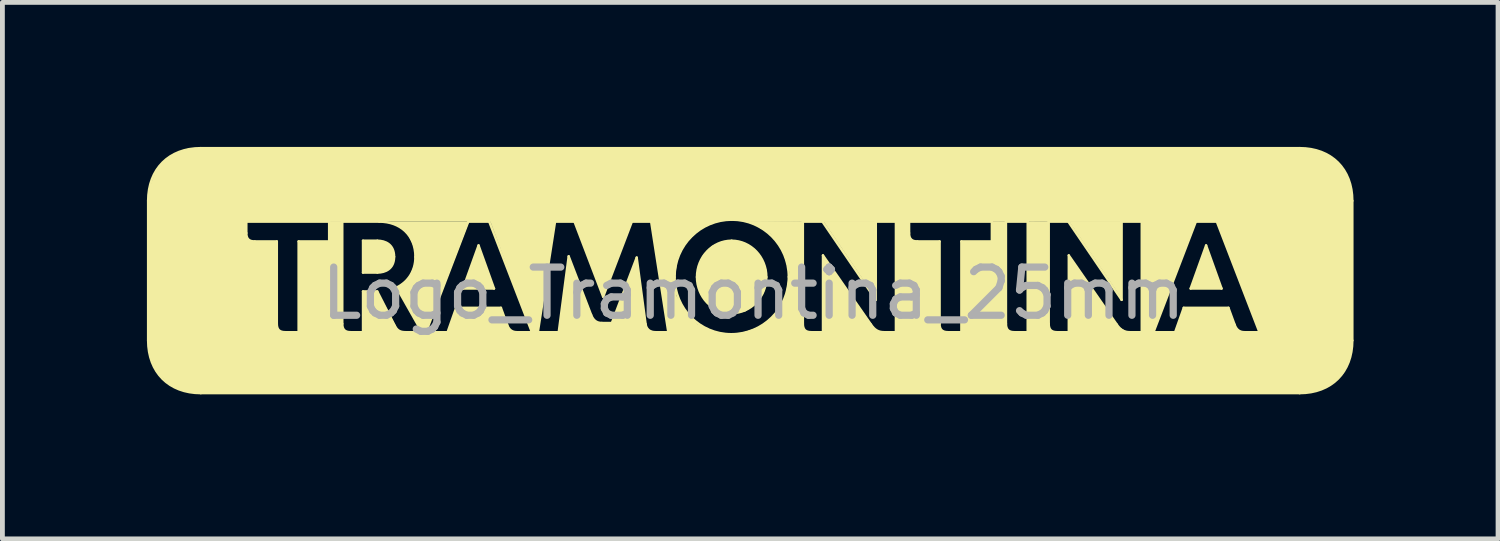
<source format=kicad_pcb>
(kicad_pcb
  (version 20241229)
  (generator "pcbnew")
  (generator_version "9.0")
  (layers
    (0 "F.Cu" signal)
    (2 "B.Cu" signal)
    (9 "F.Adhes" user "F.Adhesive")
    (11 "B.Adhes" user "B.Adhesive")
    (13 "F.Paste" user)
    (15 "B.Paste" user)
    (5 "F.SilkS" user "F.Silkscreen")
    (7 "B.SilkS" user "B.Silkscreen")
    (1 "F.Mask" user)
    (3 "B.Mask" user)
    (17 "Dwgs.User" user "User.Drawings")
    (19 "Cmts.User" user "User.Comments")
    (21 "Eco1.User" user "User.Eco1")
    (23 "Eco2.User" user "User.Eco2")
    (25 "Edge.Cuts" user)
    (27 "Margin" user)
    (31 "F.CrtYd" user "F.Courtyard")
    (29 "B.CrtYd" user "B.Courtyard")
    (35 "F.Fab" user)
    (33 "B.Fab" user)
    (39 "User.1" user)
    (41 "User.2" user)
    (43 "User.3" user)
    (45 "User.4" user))
  (footprint "Logo_Tramontina_25mm"
    (layer "F.Cu")
    (at 12.592 2.54)
    (property "Reference" "Logo_Tramontina_25mm" (at 0 0.5 0) (layer "F.Fab") (effects (font (size 1 1) (thickness 0.15))))
    (attr through_hole)
    (fp_poly (pts (xy -5.39 0.39) (xy -6.02 0.39) (xy -5.71 -0.48)) (stroke (width 0.01) (type solid)) (fill yes) (layer "F.SilkS"))
    (fp_poly (pts (xy -3.12 0.55) (xy -3.72 -1.02) (xy -2.51 -1.02)) (stroke (width 0.01) (type solid)) (fill yes) (layer "F.SilkS"))
    (fp_poly (pts (xy 2.55 -1) (xy 2.54 0.6) (xy 1.45 -1)) (stroke (width 0.01) (type solid)) (fill yes) (layer "F.SilkS"))
    (fp_poly (pts (xy 7.65 -1) (xy 7.64 0.6) (xy 6.55 -1)) (stroke (width 0.01) (type solid)) (fill yes) (layer "F.SilkS"))
    (fp_poly (pts (xy 9.71 0.4) (xy 9.08 0.4) (xy 9.39 -0.47)) (stroke (width 0.01) (type solid)) (fill yes) (layer "F.SilkS"))
    (fp_poly (pts (xy -7.59 -0.54) (xy -7.48 -0.41) (xy -7.46 -0.23) (xy -7.5 -0.07) (xy -7.65 0.05) (xy -7.76 0.06) (xy -8.1 0.06) (xy -8.1 -0.59) (xy -7.73 -0.59)) (stroke (width 0.01) (type solid)) (fill yes) (layer "F.SilkS"))
    (fp_poly (pts (xy 9.8 -1) (xy -0.08 -0.99) (xy -0.447 -1.029) (xy -0.8 -1) (xy -10.6 -1) (xy -10.6 -1.3) (xy -12.57 -1.3) (xy -12.54 -1.7) (xy 9.8 -1.7)) (stroke (width 0.01) (type solid)) (fill yes) (layer "F.SilkS"))
    (fp_poly (pts (xy -0.2 -0.55) (xy 0.03 -0.41) (xy 0.18 -0.2) (xy 0.26 0) (xy 0.27 0.25) (xy 0.2 0.5) (xy 0.06 0.7) (xy -0.17 0.87) (xy -0.43 0.92) (xy -0.64 0.89) (xy -0.88 0.77) (xy -1.08 0.54) (xy -1.17 0.26) (xy -1.15 -0.05) (xy -1.05 -0.28) (xy -0.86 -0.48) (xy -0.65 -0.57) (xy -0.454 -0.593)) (stroke (width 0.01) (type solid)) (fill yes) (layer "F.SilkS"))
    (fp_poly (pts (xy 11.61 -2.49) (xy 11.93 -2.37) (xy 12.18 -2.18) (xy 12.35 -1.89) (xy 12.42 -1.63) (xy 12.433 -1.421) (xy 12.433 1.478) (xy 12.39 1.83) (xy 12.25 2.15) (xy 11.96 2.42) (xy 11.66 2.54) (xy 11.338 2.572) (xy -11.473 2.572) (xy -11.82 2.53) (xy -12.1 2.41) (xy -12.38 2.15) (xy -12.54 1.78) (xy -12.567 1.478) (xy -12.567 -1.421) (xy -10.53 -1.42) (xy -10.53 -0.71) (xy -10.48 -0.61) (xy -10.32 -0.57) (xy -9.89 -0.57) (xy -9.89 1.18) (xy -9.85 1.28) (xy -9.74 1.31) (xy -9.44 1.31) (xy -9.44 -0.58) (xy -8.81 -0.58) (xy -8.81 -1) (xy -8.53 -1) (xy -8.53 1.21) (xy -8.46 1.29) (xy -8.361 1.306) (xy -8.106 1.306) (xy -8.106 0.46) (xy -7.81 0.46) (xy -7.38 1.27) (xy -7.27 1.31) (xy -6.881 1.306) (xy -7.4 0.38) (xy -7.16 0.2) (xy -7.03 -0.1) (xy -7.02 -0.42) (xy -7.2 -0.79) (xy -7.47 -0.94) (xy -7.68 -0.99) (xy -5.91 -0.99) (xy -6.8 1.31) (xy -6.35 1.3) (xy -6.17 0.8) (xy -5.243 0.8) (xy -5.06 1.25) (xy -4.97 1.31) (xy -4.61 1.3) (xy -5.5 -1.1) (xy -4.1 -1.1) (xy -4.476 1.306) (xy -4.043 1.306) (xy -3.84 -0.25) (xy -3.34 1) (xy -3.26 1.1) (xy -3.15 1.12) (xy -2.939 1.115) (xy -2.43 -0.23) (xy -2.23 1.18) (xy -2.16 1.27) (xy -2.04 1.31) (xy -1.77 1.31) (xy -2.124 -1.04) (xy -0.71 -1.03) (xy -1.1 -0.84) (xy -1.39 -0.57) (xy -1.58 -0.25) (xy -1.64 0.22) (xy -1.6 0.55) (xy -1.42 0.85) (xy -1.16 1.14) (xy -0.73 1.33) (xy -0.25 1.33) (xy 0.13 1.2) (xy 0.42 0.97) (xy 0.66 0.6) (xy 0.75 0.07) (xy 0.61 -0.39) (xy 0.36 -0.73) (xy -0.1 -1) (xy 1.026 -0.988) (xy 1.03 1.14) (xy 1.06 1.27) (xy 1.15 1.3) (xy 1.44 1.3) (xy 1.44 -0.27) (xy 2.53 1.26) (xy 2.65 1.31) (xy 2.95 1.3) (xy 2.95 -1.02) (xy 3.24 -1.02) (xy 3.24 -0.67) (xy 3.3 -0.6) (xy 3.43 -0.58) (xy 3.87 -0.58) (xy 3.87 1.2) (xy 3.9 1.26) (xy 3.96 1.29) (xy 4.039 1.306) (xy 4.32 1.3) (xy 4.32 -0.58) (xy 4.95 -0.58) (xy 4.949 -0.988) (xy 5.242 -0.988) (xy 5.25 1.19) (xy 5.29 1.27) (xy 5.37 1.3) (xy 5.69 1.3) (xy 5.69 -0.99) (xy 6.13 -0.988) (xy 6.13 1.2) (xy 6.19 1.29) (xy 6.31 1.31) (xy 6.546 1.306) (xy 6.55 -0.28) (xy 7.58 1.2) (xy 7.73 1.29) (xy 7.83 1.31) (xy 8.07 1.3) (xy 8.07 -1.03) (xy 9.19 -1.03) (xy 8.31 1.3) (xy 8.75 1.3) (xy 8.94 0.79) (xy 9.86 0.81) (xy 10.02 1.22) (xy 10.09 1.28) (xy 10.2 1.31) (xy 10.504 1.306) (xy 9.62 -0.98) (xy 9.62 -1.62) (xy -12.56 -1.64) (xy -12.39 -2.08) (xy -12.11 -2.35) (xy -11.71 -2.51) (xy -11.473 -2.515) (xy 11.338 -2.515)) (stroke (width 0.01) (type solid)) (fill yes) (layer "F.SilkS"))
    (fp_curve (pts (xy -12.567 -1.421) (xy -12.567 -2.082) (xy -12.134 -2.515) (xy -11.473 -2.515)) (stroke (width 0.05) (type solid)) (layer "F.SilkS"))
    (fp_curve (pts (xy -12.567 1.478) (xy -12.567 1.478) (xy -12.567 -1.421) (xy -12.567 -1.421)) (stroke (width 0.05) (type solid)) (layer "F.SilkS"))
    (fp_curve (pts (xy -11.473 -2.515) (xy -11.473 -2.515) (xy 11.338 -2.515) (xy 11.338 -2.515)) (stroke (width 0.05) (type solid)) (layer "F.SilkS"))
    (fp_curve (pts (xy -11.473 2.572) (xy -12.134 2.572) (xy -12.567 2.14) (xy -12.567 1.478)) (stroke (width 0.05) (type solid)) (layer "F.SilkS"))
    (fp_curve (pts (xy -10.528 -0.988) (xy -10.528 -0.988) (xy -10.528 -0.752) (xy -10.528 -0.752)) (stroke (width 0.05) (type solid)) (layer "F.SilkS"))
    (fp_curve (pts (xy -10.528 -0.752) (xy -10.528 -0.632) (xy -10.474 -0.578) (xy -10.353 -0.578)) (stroke (width 0.05) (type solid)) (layer "F.SilkS"))
    (fp_curve (pts (xy -10.353 -0.578) (xy -10.353 -0.578) (xy -9.895 -0.578) (xy -9.895 -0.578)) (stroke (width 0.05) (type solid)) (layer "F.SilkS"))
    (fp_curve (pts (xy -9.895 -0.578) (xy -9.895 -0.578) (xy -9.895 1.131) (xy -9.895 1.131)) (stroke (width 0.05) (type solid)) (layer "F.SilkS"))
    (fp_curve (pts (xy -9.895 1.131) (xy -9.895 1.252) (xy -9.841 1.306) (xy -9.719 1.306)) (stroke (width 0.05) (type solid)) (layer "F.SilkS"))
    (fp_curve (pts (xy -9.719 1.306) (xy -9.719 1.306) (xy -9.443 1.306) (xy -9.443 1.306)) (stroke (width 0.05) (type solid)) (layer "F.SilkS"))
    (fp_curve (pts (xy -9.443 -0.578) (xy -9.443 -0.578) (xy -8.809 -0.578) (xy -8.809 -0.578)) (stroke (width 0.05) (type solid)) (layer "F.SilkS"))
    (fp_curve (pts (xy -9.443 1.306) (xy -9.443 1.306) (xy -9.443 -0.578) (xy -9.443 -0.578)) (stroke (width 0.05) (type solid)) (layer "F.SilkS"))
    (fp_curve (pts (xy -8.809 -0.988) (xy -8.809 -0.988) (xy -10.528 -0.988) (xy -10.528 -0.988)) (stroke (width 0.05) (type solid)) (layer "F.SilkS"))
    (fp_curve (pts (xy -8.809 -0.578) (xy -8.809 -0.578) (xy -8.809 -0.988) (xy -8.809 -0.988)) (stroke (width 0.05) (type solid)) (layer "F.SilkS"))
    (fp_curve (pts (xy -8.536 -0.988) (xy -8.536 -0.988) (xy -8.536 1.131) (xy -8.536 1.131)) (stroke (width 0.05) (type solid)) (layer "F.SilkS"))
    (fp_curve (pts (xy -8.536 1.131) (xy -8.536 1.252) (xy -8.482 1.306) (xy -8.361 1.306)) (stroke (width 0.05) (type solid)) (layer "F.SilkS"))
    (fp_curve (pts (xy -8.361 1.306) (xy -8.361 1.306) (xy -8.106 1.306) (xy -8.106 1.306)) (stroke (width 0.05) (type solid)) (layer "F.SilkS"))
    (fp_curve (pts (xy -8.106 -0.593) (xy -8.106 -0.593) (xy -7.807 -0.593) (xy -7.807 -0.593)) (stroke (width 0.05) (type solid)) (layer "F.SilkS"))
    (fp_curve (pts (xy -8.106 0.069) (xy -8.106 0.069) (xy -8.106 -0.593) (xy -8.106 -0.593)) (stroke (width 0.05) (type solid)) (layer "F.SilkS"))
    (fp_curve (pts (xy -8.106 0.46) (xy -8.106 0.46) (xy -7.81 0.46) (xy -7.81 0.46)) (stroke (width 0.05) (type solid)) (layer "F.SilkS"))
    (fp_curve (pts (xy -8.106 1.306) (xy -8.106 1.306) (xy -8.106 0.46) (xy -8.106 0.46)) (stroke (width 0.05) (type solid)) (layer "F.SilkS"))
    (fp_curve (pts (xy -7.81 0.46) (xy -7.81 0.46) (xy -7.445 1.176) (xy -7.445 1.176)) (stroke (width 0.05) (type solid)) (layer "F.SilkS"))
    (fp_curve (pts (xy -7.807 -0.593) (xy -7.645 -0.593) (xy -7.46 -0.517) (xy -7.46 -0.259)) (stroke (width 0.05) (type solid)) (layer "F.SilkS"))
    (fp_curve (pts (xy -7.807 0.069) (xy -7.807 0.069) (xy -8.106 0.069) (xy -8.106 0.069)) (stroke (width 0.05) (type solid)) (layer "F.SilkS"))
    (fp_curve (pts (xy -7.769 -0.988) (xy -7.769 -0.988) (xy -8.536 -0.988) (xy -8.536 -0.988)) (stroke (width 0.05) (type solid)) (layer "F.SilkS"))
    (fp_curve (pts (xy -7.46 -0.259) (xy -7.46 -0.008) (xy -7.645 0.069) (xy -7.807 0.069)) (stroke (width 0.05) (type solid)) (layer "F.SilkS"))
    (fp_curve (pts (xy -7.445 1.176) (xy -7.397 1.271) (xy -7.333 1.306) (xy -7.225 1.306)) (stroke (width 0.05) (type solid)) (layer "F.SilkS"))
    (fp_curve (pts (xy -7.406 0.378) (xy -7.177 0.266) (xy -7.018 0.04) (xy -7.018 -0.256)) (stroke (width 0.05) (type solid)) (layer "F.SilkS"))
    (fp_curve (pts (xy -7.225 1.306) (xy -7.225 1.306) (xy -6.881 1.306) (xy -6.881 1.306)) (stroke (width 0.05) (type solid)) (layer "F.SilkS"))
    (fp_curve (pts (xy -7.018 -0.256) (xy -7.018 -0.708) (xy -7.333 -0.988) (xy -7.769 -0.988)) (stroke (width 0.05) (type solid)) (layer "F.SilkS"))
    (fp_curve (pts (xy -6.881 1.306) (xy -6.881 1.306) (xy -7.406 0.378) (xy -7.406 0.378)) (stroke (width 0.05) (type solid)) (layer "F.SilkS"))
    (fp_curve (pts (xy -6.799 1.306) (xy -6.799 1.306) (xy -6.35 1.306) (xy -6.35 1.306)) (stroke (width 0.05) (type solid)) (layer "F.SilkS"))
    (fp_curve (pts (xy -6.35 1.306) (xy -6.35 1.306) (xy -6.172 0.8) (xy -6.172 0.8)) (stroke (width 0.05) (type solid)) (layer "F.SilkS"))
    (fp_curve (pts (xy -6.172 0.8) (xy -6.172 0.8) (xy -5.243 0.8) (xy -5.243 0.8)) (stroke (width 0.05) (type solid)) (layer "F.SilkS"))
    (fp_curve (pts (xy -6.029 0.4) (xy -6.029 0.4) (xy -5.707 -0.495) (xy -5.707 -0.495)) (stroke (width 0.05) (type solid)) (layer "F.SilkS"))
    (fp_curve (pts (xy -5.921 -0.988) (xy -5.921 -0.988) (xy -6.799 1.306) (xy -6.799 1.306)) (stroke (width 0.05) (type solid)) (layer "F.SilkS"))
    (fp_curve (pts (xy -5.707 -0.495) (xy -5.707 -0.495) (xy -5.386 0.4) (xy -5.386 0.4)) (stroke (width 0.05) (type solid)) (layer "F.SilkS"))
    (fp_curve (pts (xy -5.485 -0.988) (xy -5.485 -0.988) (xy -5.921 -0.988) (xy -5.921 -0.988)) (stroke (width 0.05) (type solid)) (layer "F.SilkS"))
    (fp_curve (pts (xy -5.386 0.4) (xy -5.386 0.4) (xy -6.029 0.4) (xy -6.029 0.4)) (stroke (width 0.05) (type solid)) (layer "F.SilkS"))
    (fp_curve (pts (xy -5.243 0.8) (xy -5.243 0.8) (xy -5.115 1.15) (xy -5.115 1.15)) (stroke (width 0.05) (type solid)) (layer "F.SilkS"))
    (fp_curve (pts (xy -5.115 1.15) (xy -5.077 1.255) (xy -5.014 1.306) (xy -4.909 1.306)) (stroke (width 0.05) (type solid)) (layer "F.SilkS"))
    (fp_curve (pts (xy -4.909 1.306) (xy -4.909 1.306) (xy -4.6 1.306) (xy -4.6 1.306)) (stroke (width 0.05) (type solid)) (layer "F.SilkS"))
    (fp_curve (pts (xy -4.6 1.306) (xy -4.6 1.306) (xy -5.485 -0.988) (xy -5.485 -0.988)) (stroke (width 0.05) (type solid)) (layer "F.SilkS"))
    (fp_curve (pts (xy -4.476 1.306) (xy -4.476 1.306) (xy -4.043 1.306) (xy -4.043 1.306)) (stroke (width 0.05) (type solid)) (layer "F.SilkS"))
    (fp_curve (pts (xy -4.119 -0.988) (xy -4.119 -0.988) (xy -4.476 1.306) (xy -4.476 1.306)) (stroke (width 0.05) (type solid)) (layer "F.SilkS"))
    (fp_curve (pts (xy -4.043 1.306) (xy -4.043 1.306) (xy -3.836 -0.269) (xy -3.836 -0.269)) (stroke (width 0.05) (type solid)) (layer "F.SilkS"))
    (fp_curve (pts (xy -3.836 -0.269) (xy -3.836 -0.269) (xy -3.369 0.95) (xy -3.369 0.95)) (stroke (width 0.05) (type solid)) (layer "F.SilkS"))
    (fp_curve (pts (xy -3.715 -0.988) (xy -3.715 -0.988) (xy -4.119 -0.988) (xy -4.119 -0.988)) (stroke (width 0.05) (type solid)) (layer "F.SilkS"))
    (fp_curve (pts (xy -3.369 0.95) (xy -3.324 1.061) (xy -3.257 1.115) (xy -3.146 1.115)) (stroke (width 0.05) (type solid)) (layer "F.SilkS"))
    (fp_curve (pts (xy -3.146 1.115) (xy -3.146 1.115) (xy -2.939 1.115) (xy -2.939 1.115)) (stroke (width 0.05) (type solid)) (layer "F.SilkS"))
    (fp_curve (pts (xy -3.12 0.571) (xy -3.12 0.571) (xy -3.715 -0.988) (xy -3.715 -0.988)) (stroke (width 0.05) (type solid)) (layer "F.SilkS"))
    (fp_curve (pts (xy -2.939 1.115) (xy -2.939 1.115) (xy -2.424 -0.243) (xy -2.424 -0.243)) (stroke (width 0.05) (type solid)) (layer "F.SilkS"))
    (fp_curve (pts (xy -2.525 -0.988) (xy -2.525 -0.988) (xy -3.12 0.571) (xy -3.12 0.571)) (stroke (width 0.05) (type solid)) (layer "F.SilkS"))
    (fp_curve (pts (xy -2.424 -0.243) (xy -2.424 -0.243) (xy -2.239 1.138) (xy -2.239 1.138)) (stroke (width 0.05) (type solid)) (layer "F.SilkS"))
    (fp_curve (pts (xy -2.239 1.138) (xy -2.223 1.258) (xy -2.137 1.306) (xy -2.032 1.306)) (stroke (width 0.05) (type solid)) (layer "F.SilkS"))
    (fp_curve (pts (xy -2.124 -0.988) (xy -2.124 -0.988) (xy -2.525 -0.988) (xy -2.525 -0.988)) (stroke (width 0.05) (type solid)) (layer "F.SilkS"))
    (fp_curve (pts (xy -2.032 1.306) (xy -2.032 1.306) (xy -1.768 1.306) (xy -1.768 1.306)) (stroke (width 0.05) (type solid)) (layer "F.SilkS"))
    (fp_curve (pts (xy -1.768 1.306) (xy -1.768 1.306) (xy -2.124 -0.988) (xy -2.124 -0.988)) (stroke (width 0.05) (type solid)) (layer "F.SilkS"))
    (fp_curve (pts (xy -1.637 0.164) (xy -1.637 0.816) (xy -1.113 1.348) (xy -0.461 1.348)) (stroke (width 0.05) (type solid)) (layer "F.SilkS"))
    (fp_curve (pts (xy -1.173 0.161) (xy -1.173 -0.253) (xy -0.852 -0.593) (xy -0.454 -0.593)) (stroke (width 0.05) (type solid)) (layer "F.SilkS"))
    (fp_curve (pts (xy -0.461 1.348) (xy 0.195 1.348) (xy 0.733 0.819) (xy 0.733 0.158)) (stroke (width 0.05) (type solid)) (layer "F.SilkS"))
    (fp_curve (pts (xy -0.454 -0.593) (xy -0.056 -0.593) (xy 0.268 -0.253) (xy 0.268 0.161)) (stroke (width 0.05) (type solid)) (layer "F.SilkS"))
    (fp_curve (pts (xy -0.454 0.911) (xy -0.852 0.911) (xy -1.173 0.574) (xy -1.173 0.161)) (stroke (width 0.05) (type solid)) (layer "F.SilkS"))
    (fp_curve (pts (xy -0.447 -1.029) (xy -1.103 -1.029) (xy -1.637 -0.498) (xy -1.637 0.164)) (stroke (width 0.05) (type solid)) (layer "F.SilkS"))
    (fp_curve (pts (xy 0.268 0.161) (xy 0.268 0.574) (xy -0.056 0.911) (xy -0.454 0.911)) (stroke (width 0.05) (type solid)) (layer "F.SilkS"))
    (fp_curve (pts (xy 0.733 0.158) (xy 0.733 -0.495) (xy 0.204 -1.029) (xy -0.447 -1.029)) (stroke (width 0.05) (type solid)) (layer "F.SilkS"))
    (fp_curve (pts (xy 1.026 -0.988) (xy 1.026 -0.988) (xy 1.026 1.131) (xy 1.026 1.131)) (stroke (width 0.05) (type solid)) (layer "F.SilkS"))
    (fp_curve (pts (xy 1.026 1.131) (xy 1.026 1.252) (xy 1.079 1.306) (xy 1.201 1.306)) (stroke (width 0.05) (type solid)) (layer "F.SilkS"))
    (fp_curve (pts (xy 1.201 1.306) (xy 1.201 1.306) (xy 1.443 1.306) (xy 1.443 1.306)) (stroke (width 0.05) (type solid)) (layer "F.SilkS"))
    (fp_curve (pts (xy 1.433 -0.988) (xy 1.433 -0.988) (xy 1.026 -0.988) (xy 1.026 -0.988)) (stroke (width 0.05) (type solid)) (layer "F.SilkS"))
    (fp_curve (pts (xy 1.443 -0.288) (xy 1.443 -0.288) (xy 2.439 1.147) (xy 2.439 1.147)) (stroke (width 0.05) (type solid)) (layer "F.SilkS"))
    (fp_curve (pts (xy 1.443 1.306) (xy 1.443 1.306) (xy 1.443 -0.288) (xy 1.443 -0.288)) (stroke (width 0.05) (type solid)) (layer "F.SilkS"))
    (fp_curve (pts (xy 2.439 1.147) (xy 2.518 1.262) (xy 2.595 1.306) (xy 2.712 1.306)) (stroke (width 0.05) (type solid)) (layer "F.SilkS"))
    (fp_curve (pts (xy 2.54 -0.988) (xy 2.54 -0.988) (xy 2.54 0.635) (xy 2.54 0.635)) (stroke (width 0.05) (type solid)) (layer "F.SilkS"))
    (fp_curve (pts (xy 2.54 0.635) (xy 2.54 0.635) (xy 1.433 -0.988) (xy 1.433 -0.988)) (stroke (width 0.05) (type solid)) (layer "F.SilkS"))
    (fp_curve (pts (xy 2.712 1.306) (xy 2.712 1.306) (xy 2.957 1.306) (xy 2.957 1.306)) (stroke (width 0.05) (type solid)) (layer "F.SilkS"))
    (fp_curve (pts (xy 2.957 -0.988) (xy 2.957 -0.988) (xy 2.54 -0.988) (xy 2.54 -0.988)) (stroke (width 0.05) (type solid)) (layer "F.SilkS"))
    (fp_curve (pts (xy 2.957 1.306) (xy 2.957 1.306) (xy 2.957 -0.988) (xy 2.957 -0.988)) (stroke (width 0.05) (type solid)) (layer "F.SilkS"))
    (fp_curve (pts (xy 3.231 -0.988) (xy 3.231 -0.988) (xy 3.231 -0.752) (xy 3.231 -0.752)) (stroke (width 0.05) (type solid)) (layer "F.SilkS"))
    (fp_curve (pts (xy 3.231 -0.752) (xy 3.231 -0.632) (xy 3.284 -0.578) (xy 3.405 -0.578)) (stroke (width 0.05) (type solid)) (layer "F.SilkS"))
    (fp_curve (pts (xy 3.405 -0.578) (xy 3.405 -0.578) (xy 3.864 -0.578) (xy 3.864 -0.578)) (stroke (width 0.05) (type solid)) (layer "F.SilkS"))
    (fp_curve (pts (xy 3.864 -0.578) (xy 3.864 -0.578) (xy 3.864 1.131) (xy 3.864 1.131)) (stroke (width 0.05) (type solid)) (layer "F.SilkS"))
    (fp_curve (pts (xy 3.864 1.131) (xy 3.864 1.252) (xy 3.918 1.306) (xy 4.039 1.306)) (stroke (width 0.05) (type solid)) (layer "F.SilkS"))
    (fp_curve (pts (xy 4.039 1.306) (xy 4.039 1.306) (xy 4.316 1.306) (xy 4.316 1.306)) (stroke (width 0.05) (type solid)) (layer "F.SilkS"))
    (fp_curve (pts (xy 4.316 -0.578) (xy 4.316 -0.578) (xy 4.949 -0.578) (xy 4.949 -0.578)) (stroke (width 0.05) (type solid)) (layer "F.SilkS"))
    (fp_curve (pts (xy 4.316 1.306) (xy 4.316 1.306) (xy 4.316 -0.578) (xy 4.316 -0.578)) (stroke (width 0.05) (type solid)) (layer "F.SilkS"))
    (fp_curve (pts (xy 4.949 -0.988) (xy 4.949 -0.988) (xy 3.231 -0.988) (xy 3.231 -0.988)) (stroke (width 0.05) (type solid)) (layer "F.SilkS"))
    (fp_curve (pts (xy 4.949 -0.578) (xy 4.949 -0.578) (xy 4.949 -0.988) (xy 4.949 -0.988)) (stroke (width 0.05) (type solid)) (layer "F.SilkS"))
    (fp_curve (pts (xy 5.242 -0.988) (xy 5.242 -0.988) (xy 5.242 1.131) (xy 5.242 1.131)) (stroke (width 0.05) (type solid)) (layer "F.SilkS"))
    (fp_curve (pts (xy 5.242 1.131) (xy 5.242 1.252) (xy 5.296 1.306) (xy 5.416 1.306)) (stroke (width 0.05) (type solid)) (layer "F.SilkS"))
    (fp_curve (pts (xy 5.416 1.306) (xy 5.416 1.306) (xy 5.693 1.306) (xy 5.693 1.306)) (stroke (width 0.05) (type solid)) (layer "F.SilkS"))
    (fp_curve (pts (xy 5.693 -0.988) (xy 5.693 -0.988) (xy 5.242 -0.988) (xy 5.242 -0.988)) (stroke (width 0.05) (type solid)) (layer "F.SilkS"))
    (fp_curve (pts (xy 5.693 1.306) (xy 5.693 1.306) (xy 5.693 -0.988) (xy 5.693 -0.988)) (stroke (width 0.05) (type solid)) (layer "F.SilkS"))
    (fp_curve (pts (xy 6.13 -0.988) (xy 6.13 -0.988) (xy 6.13 1.131) (xy 6.13 1.131)) (stroke (width 0.05) (type solid)) (layer "F.SilkS"))
    (fp_curve (pts (xy 6.13 1.131) (xy 6.13 1.252) (xy 6.184 1.306) (xy 6.304 1.306)) (stroke (width 0.05) (type solid)) (layer "F.SilkS"))
    (fp_curve (pts (xy 6.304 1.306) (xy 6.304 1.306) (xy 6.546 1.306) (xy 6.546 1.306)) (stroke (width 0.05) (type solid)) (layer "F.SilkS"))
    (fp_curve (pts (xy 6.537 -0.988) (xy 6.537 -0.988) (xy 6.13 -0.988) (xy 6.13 -0.988)) (stroke (width 0.05) (type solid)) (layer "F.SilkS"))
    (fp_curve (pts (xy 6.546 -0.288) (xy 6.546 -0.288) (xy 7.542 1.147) (xy 7.542 1.147)) (stroke (width 0.05) (type solid)) (layer "F.SilkS"))
    (fp_curve (pts (xy 6.546 1.306) (xy 6.546 1.306) (xy 6.546 -0.288) (xy 6.546 -0.288)) (stroke (width 0.05) (type solid)) (layer "F.SilkS"))
    (fp_curve (pts (xy 7.542 1.147) (xy 7.621 1.262) (xy 7.698 1.306) (xy 7.816 1.306)) (stroke (width 0.05) (type solid)) (layer "F.SilkS"))
    (fp_curve (pts (xy 7.643 -0.988) (xy 7.643 -0.988) (xy 7.643 0.635) (xy 7.643 0.635)) (stroke (width 0.05) (type solid)) (layer "F.SilkS"))
    (fp_curve (pts (xy 7.643 0.635) (xy 7.643 0.635) (xy 6.537 -0.988) (xy 6.537 -0.988)) (stroke (width 0.05) (type solid)) (layer "F.SilkS"))
    (fp_curve (pts (xy 7.816 1.306) (xy 7.816 1.306) (xy 8.061 1.306) (xy 8.061 1.306)) (stroke (width 0.05) (type solid)) (layer "F.SilkS"))
    (fp_curve (pts (xy 8.061 -0.988) (xy 8.061 -0.988) (xy 7.643 -0.988) (xy 7.643 -0.988)) (stroke (width 0.05) (type solid)) (layer "F.SilkS"))
    (fp_curve (pts (xy 8.061 1.306) (xy 8.061 1.306) (xy 8.061 -0.988) (xy 8.061 -0.988)) (stroke (width 0.05) (type solid)) (layer "F.SilkS"))
    (fp_curve (pts (xy 8.305 1.306) (xy 8.305 1.306) (xy 8.754 1.306) (xy 8.754 1.306)) (stroke (width 0.05) (type solid)) (layer "F.SilkS"))
    (fp_curve (pts (xy 8.754 1.306) (xy 8.754 1.306) (xy 8.933 0.8) (xy 8.933 0.8)) (stroke (width 0.05) (type solid)) (layer "F.SilkS"))
    (fp_curve (pts (xy 8.933 0.8) (xy 8.933 0.8) (xy 9.861 0.8) (xy 9.861 0.8)) (stroke (width 0.05) (type solid)) (layer "F.SilkS"))
    (fp_curve (pts (xy 9.076 0.4) (xy 9.076 0.4) (xy 9.397 -0.495) (xy 9.397 -0.495)) (stroke (width 0.05) (type solid)) (layer "F.SilkS"))
    (fp_curve (pts (xy 9.184 -0.988) (xy 9.184 -0.988) (xy 8.305 1.306) (xy 8.305 1.306)) (stroke (width 0.05) (type solid)) (layer "F.SilkS"))
    (fp_curve (pts (xy 9.397 -0.495) (xy 9.397 -0.495) (xy 9.718 0.4) (xy 9.718 0.4)) (stroke (width 0.05) (type solid)) (layer "F.SilkS"))
    (fp_curve (pts (xy 9.62 -0.988) (xy 9.62 -0.988) (xy 9.184 -0.988) (xy 9.184 -0.988)) (stroke (width 0.05) (type solid)) (layer "F.SilkS"))
    (fp_curve (pts (xy 9.718 0.4) (xy 9.718 0.4) (xy 9.076 0.4) (xy 9.076 0.4)) (stroke (width 0.05) (type solid)) (layer "F.SilkS"))
    (fp_curve (pts (xy 9.861 0.8) (xy 9.861 0.8) (xy 9.989 1.15) (xy 9.989 1.15)) (stroke (width 0.05) (type solid)) (layer "F.SilkS"))
    (fp_curve (pts (xy 9.989 1.15) (xy 10.027 1.255) (xy 10.09 1.306) (xy 10.195 1.306)) (stroke (width 0.05) (type solid)) (layer "F.SilkS"))
    (fp_curve (pts (xy 10.195 1.306) (xy 10.195 1.306) (xy 10.504 1.306) (xy 10.504 1.306)) (stroke (width 0.05) (type solid)) (layer "F.SilkS"))
    (fp_curve (pts (xy 10.504 1.306) (xy 10.504 1.306) (xy 9.62 -0.988) (xy 9.62 -0.988)) (stroke (width 0.05) (type solid)) (layer "F.SilkS"))
    (fp_curve (pts (xy 11.338 -2.515) (xy 11.999 -2.515) (xy 12.433 -2.082) (xy 12.433 -1.421)) (stroke (width 0.05) (type solid)) (layer "F.SilkS"))
    (fp_curve (pts (xy 11.338 2.572) (xy 11.338 2.572) (xy -11.473 2.572) (xy -11.473 2.572)) (stroke (width 0.05) (type solid)) (layer "F.SilkS"))
    (fp_curve (pts (xy 12.433 -1.421) (xy 12.433 -1.421) (xy 12.433 1.478) (xy 12.433 1.478)) (stroke (width 0.05) (type solid)) (layer "F.SilkS"))
    (fp_curve (pts (xy 12.433 1.478) (xy 12.433 2.14) (xy 11.999 2.572) (xy 11.338 2.572)) (stroke (width 0.05) (type solid)) (layer "F.SilkS")))
  (gr_rect
    (start -3 -3)
    (end 28.05 8.137)
    (stroke (width 0.1) (type default))
    (fill no)
    (layer "Edge.Cuts")))
</source>
